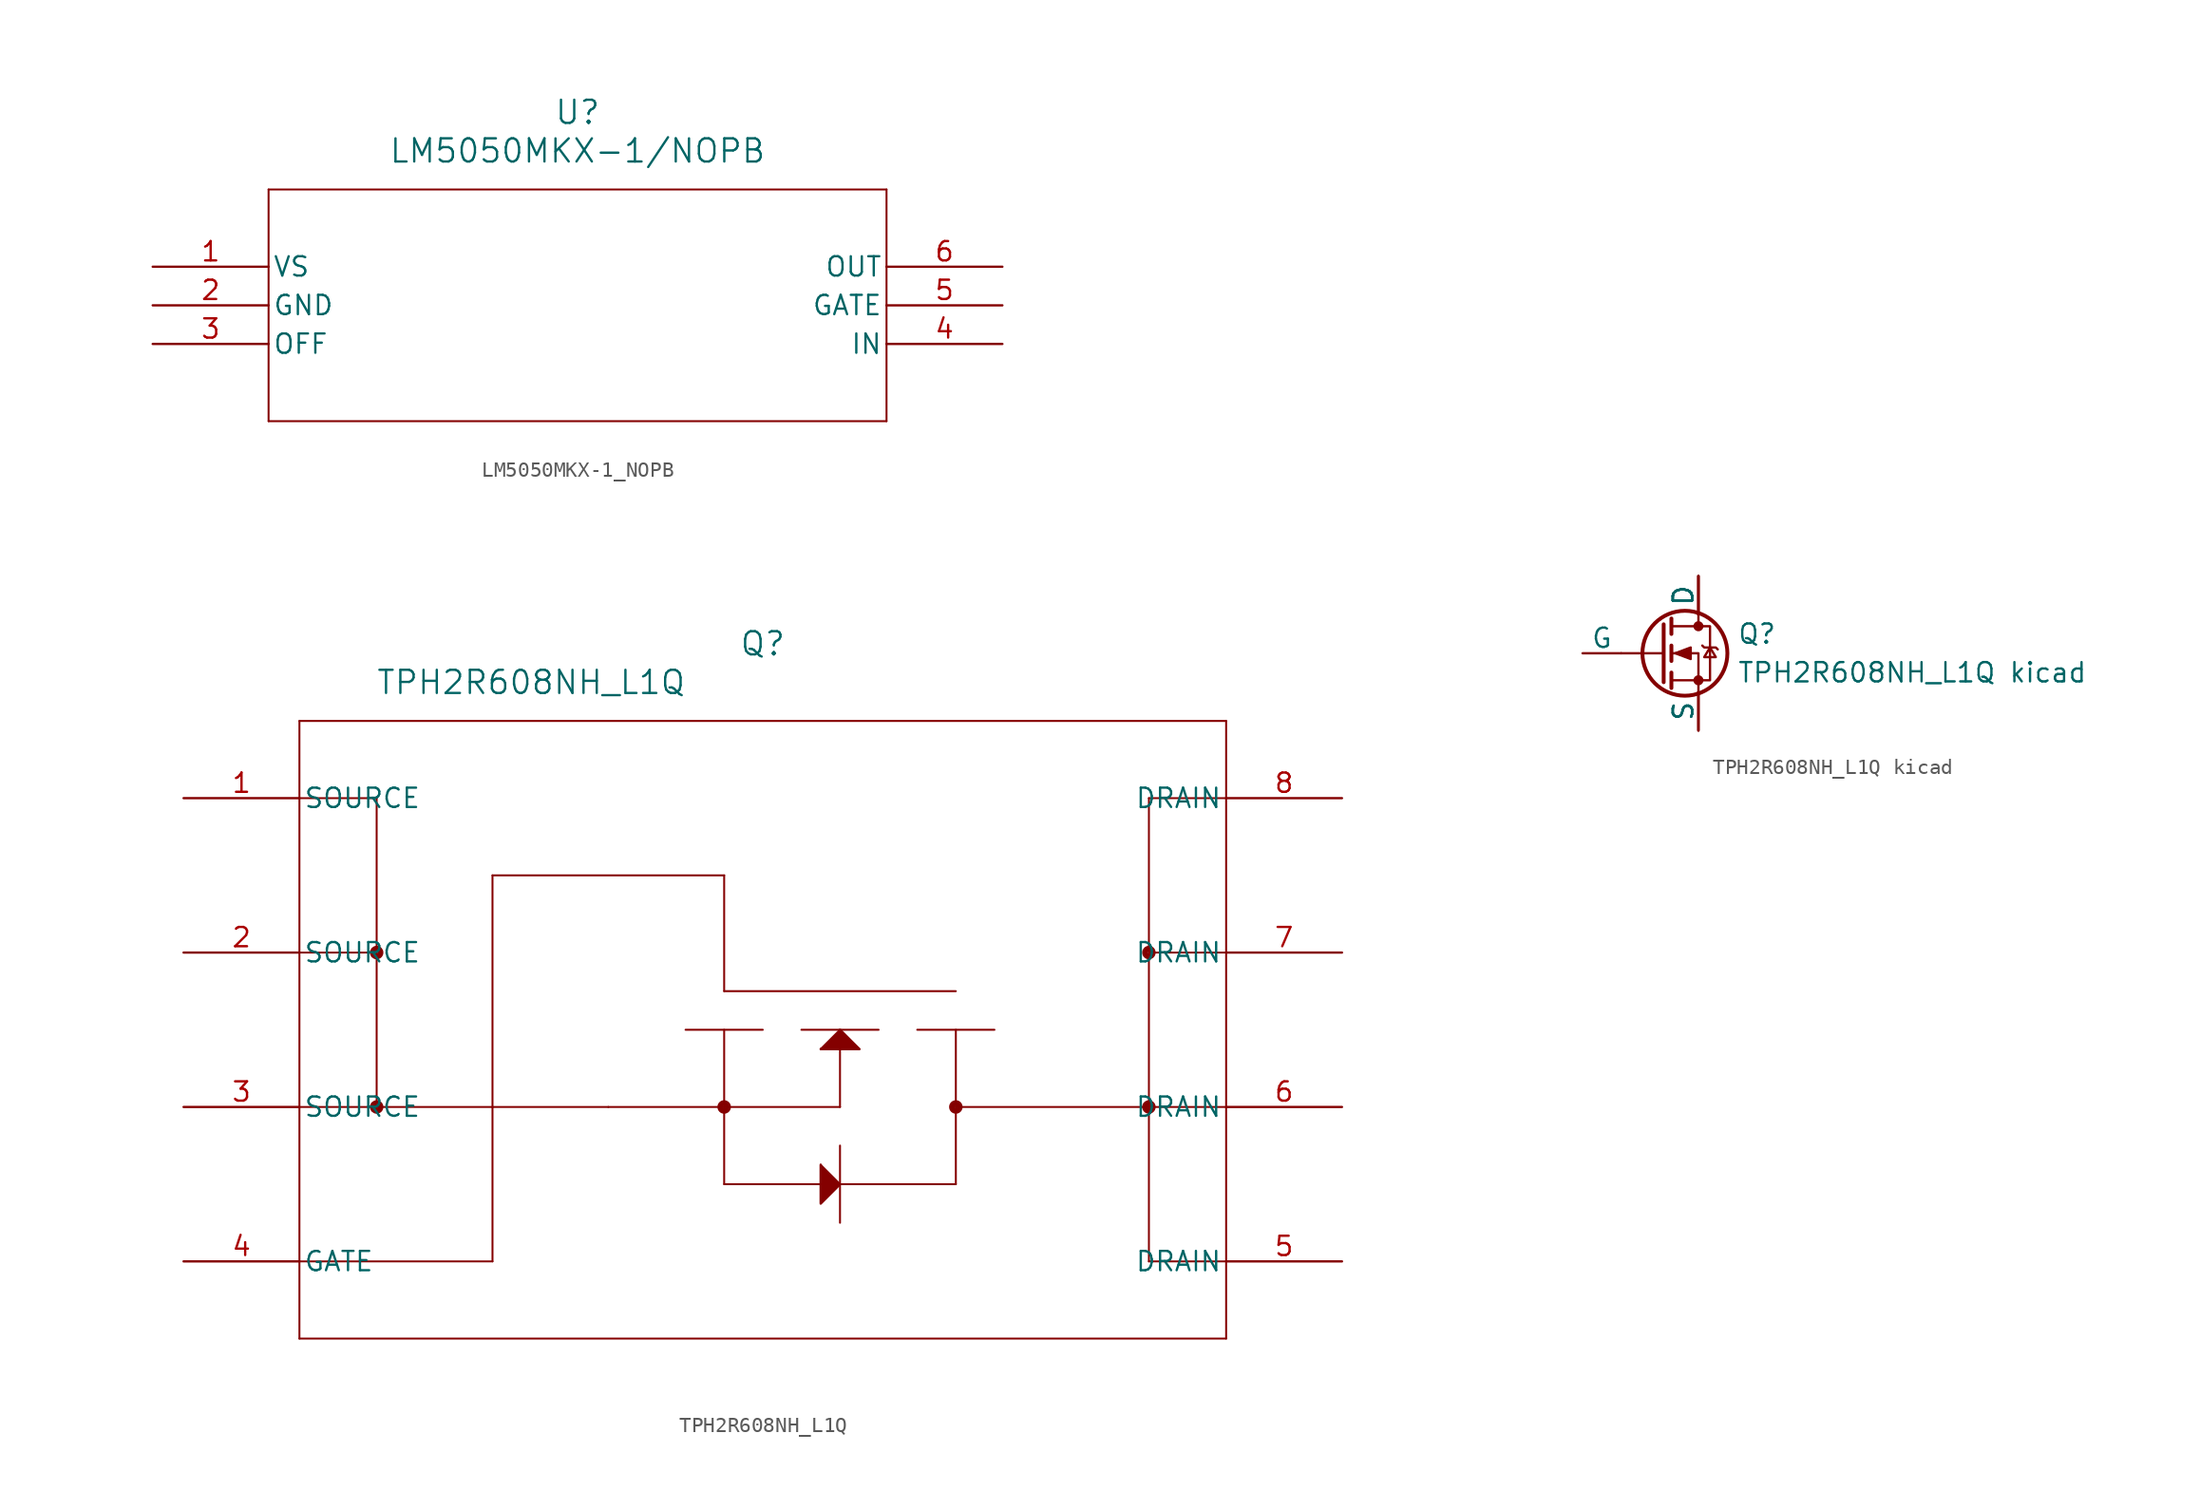
<source format=kicad_sym>
(kicad_symbol_lib
  (version 20241209)
  (generator "kicad_symbol_editor")
  (generator_version "9.0")
  (symbol "LM5050MKX-1_NOPB"
    (pin_names
      (offset 0.254))
    (property "Reference" "U"
      (at 27.94 10.16 0)
      (effects (font (size 1.524 1.524))))
    (property "Value" "LM5050MKX-1/NOPB"
      (at 27.94 7.62 0)
      (effects (font (size 1.524 1.524))))
    (property "ki_locked" ""
      (at 0 0 0)
      (effects (font (size 1.27 1.27))))
    (symbol "LM5050MKX-1_NOPB_0_1"
      (polyline (pts (xy 7.62 5.08) (xy 7.62 -10.16)) (stroke (width 0.127) (type default)) (fill (type none)))
      (polyline (pts (xy 7.62 -10.16) (xy 48.26 -10.16)) (stroke (width 0.127) (type default)) (fill (type none)))
      (polyline (pts (xy 48.26 5.08) (xy 7.62 5.08)) (stroke (width 0.127) (type default)) (fill (type none)))
      (polyline (pts (xy 48.26 -10.16) (xy 48.26 5.08)) (stroke (width 0.127) (type default)) (fill (type none)))
      (pin unspecified line (at 0 0 0) (length 7.62) (name "VS" (effects (font (size 1.27 1.27)))) (number "1" (effects (font (size 1.27 1.27)))))
      (pin power_in line (at 0 -2.54 0) (length 7.62) (name "GND" (effects (font (size 1.27 1.27)))) (number "2" (effects (font (size 1.27 1.27)))))
      (pin unspecified line (at 0 -5.08 0) (length 7.62) (name "OFF" (effects (font (size 1.27 1.27)))) (number "3" (effects (font (size 1.27 1.27)))))
      (pin output line (at 55.88 0 180) (length 7.62) (name "OUT" (effects (font (size 1.27 1.27)))) (number "6" (effects (font (size 1.27 1.27)))))
      (pin unspecified line (at 55.88 -2.54 180) (length 7.62) (name "GATE" (effects (font (size 1.27 1.27)))) (number "5" (effects (font (size 1.27 1.27)))))
      (pin input line (at 55.88 -5.08 180) (length 7.62) (name "IN" (effects (font (size 1.27 1.27)))) (number "4" (effects (font (size 1.27 1.27)))))))
  (symbol "TPH2R608NH_L1Q"
    (pin_names
      (offset 0.254))
    (property "Reference" "Q"
      (at 38.1 10.16 0)
      (effects (font (size 1.524 1.524))))
    (property "Value" "TPH2R608NH_L1Q"
      (at 22.86 7.62 0)
      (effects (font (size 1.524 1.524))))
    (property "ki_locked" ""
      (at 0 0 0)
      (effects (font (size 1.27 1.27))))
    (symbol "TPH2R608NH_L1Q_0_1"
      (polyline (pts (xy 7.62 5.08) (xy 7.62 -35.56)) (stroke (width 0.127) (type default)) (fill (type none)))
      (polyline (pts (xy 7.62 0) (xy 12.7 0)) (stroke (width 0.127) (type default)) (fill (type none)))
      (polyline (pts (xy 7.62 -10.16) (xy 12.7 -10.16)) (stroke (width 0.127) (type default)) (fill (type none)))
      (polyline (pts (xy 7.62 -35.56) (xy 68.58 -35.56)) (stroke (width 0.127) (type default)) (fill (type none)))
      (polyline (pts (xy 12.7 0) (xy 12.7 -20.32)) (stroke (width 0.127) (type default)) (fill (type none)))
      (circle (center 12.7 -10.16) (radius 0.254) (stroke (width 0.381) (type default)) (fill (type none)))
      (polyline (pts (xy 12.7 -20.32) (xy 7.62 -20.32)) (stroke (width 0.127) (type default)) (fill (type none)))
      (polyline (pts (xy 12.7 -20.32) (xy 20.32 -20.32)) (stroke (width 0.127) (type default)) (fill (type none)))
      (circle (center 12.7 -20.32) (radius 0.254) (stroke (width 0.381) (type default)) (fill (type none)))
      (polyline (pts (xy 20.32 -5.08) (xy 35.56 -5.08)) (stroke (width 0.127) (type default)) (fill (type none)))
      (polyline (pts (xy 20.32 -20.32) (xy 20.32 -5.08)) (stroke (width 0.127) (type default)) (fill (type none)))
      (polyline (pts (xy 20.32 -20.32) (xy 20.32 -30.48)) (stroke (width 0.127) (type default)) (fill (type none)))
      (polyline (pts (xy 20.32 -20.32) (xy 27.94 -20.32)) (stroke (width 0.127) (type default)) (fill (type none)))
      (polyline (pts (xy 20.32 -30.48) (xy 7.62 -30.48)) (stroke (width 0.127) (type default)) (fill (type none)))
      (polyline (pts (xy 27.94 -20.32) (xy 35.56 -20.32)) (stroke (width 0.127) (type default)) (fill (type none)))
      (polyline (pts (xy 33.02 -15.24) (xy 38.1 -15.24)) (stroke (width 0.127) (type default)) (fill (type none)))
      (polyline (pts (xy 35.56 -5.08) (xy 35.56 -12.7)) (stroke (width 0.127) (type default)) (fill (type none)))
      (polyline (pts (xy 35.56 -12.7) (xy 50.8 -12.7)) (stroke (width 0.127) (type default)) (fill (type none)))
      (polyline (pts (xy 35.56 -20.32) (xy 35.56 -15.24)) (stroke (width 0.127) (type default)) (fill (type none)))
      (polyline (pts (xy 35.56 -20.32) (xy 35.56 -25.4)) (stroke (width 0.127) (type default)) (fill (type none)))
      (polyline (pts (xy 35.56 -20.32) (xy 43.18 -20.32)) (stroke (width 0.127) (type default)) (fill (type none)))
      (circle (center 35.56 -20.32) (radius 0.254) (stroke (width 0.381) (type default)) (fill (type none)))
      (polyline (pts (xy 35.56 -25.4) (xy 43.18 -25.4)) (stroke (width 0.127) (type default)) (fill (type none)))
      (polyline (pts (xy 40.64 -15.24) (xy 45.72 -15.24)) (stroke (width 0.127) (type default)) (fill (type none)))
      (polyline (pts (xy 41.91 -16.51) (xy 44.45 -16.51)) (stroke (width 0.127) (type default)) (fill (type none)))
      (polyline (pts (xy 41.91 -24.13) (xy 41.91 -26.67)) (stroke (width 0.127) (type default)) (fill (type none)))
      (polyline (pts (xy 43.18 -15.24) (xy 41.91 -16.51)) (stroke (width 0.127) (type default)) (fill (type none)))
      (polyline (pts (xy 43.18 -15.24) (xy 43.18 -20.32)) (stroke (width 0.127) (type default)) (fill (type none)))
      (polyline (pts (xy 43.18 -15.24) (xy 44.45 -16.51)) (stroke (width 0.127) (type default)) (fill (type none)))
      (polyline (pts (xy 43.18 -15.24) (xy 44.45 -16.51) (xy 41.91 -16.51)) (stroke (width 0) (type default)) (fill (type outline)))
      (polyline (pts (xy 43.18 -22.86) (xy 43.18 -27.94)) (stroke (width 0.127) (type default)) (fill (type none)))
      (polyline (pts (xy 43.18 -25.4) (xy 41.91 -24.13)) (stroke (width 0.127) (type default)) (fill (type none)))
      (polyline (pts (xy 43.18 -25.4) (xy 41.91 -26.67)) (stroke (width 0.127) (type default)) (fill (type none)))
      (polyline (pts (xy 43.18 -25.4) (xy 50.8 -25.4)) (stroke (width 0.127) (type default)) (fill (type none)))
      (polyline (pts (xy 43.18 -25.4) (xy 41.91 -26.67) (xy 41.91 -24.13)) (stroke (width 0) (type default)) (fill (type outline)))
      (polyline (pts (xy 48.26 -15.24) (xy 53.34 -15.24)) (stroke (width 0.127) (type default)) (fill (type none)))
      (polyline (pts (xy 50.8 -15.24) (xy 50.8 -20.32)) (stroke (width 0.127) (type default)) (fill (type none)))
      (polyline (pts (xy 50.8 -20.32) (xy 68.58 -20.32)) (stroke (width 0.127) (type default)) (fill (type none)))
      (circle (center 50.8 -20.32) (radius 0.254) (stroke (width 0.381) (type default)) (fill (type none)))
      (polyline (pts (xy 50.8 -25.4) (xy 50.8 -20.32)) (stroke (width 0.127) (type default)) (fill (type none)))
      (polyline (pts (xy 63.5 0) (xy 63.5 -30.48)) (stroke (width 0.127) (type default)) (fill (type none)))
      (polyline (pts (xy 63.5 -10.16) (xy 68.58 -10.16)) (stroke (width 0.127) (type default)) (fill (type none)))
      (circle (center 63.5 -10.16) (radius 0.254) (stroke (width 0.381) (type default)) (fill (type none)))
      (circle (center 63.5 -20.32) (radius 0.254) (stroke (width 0.381) (type default)) (fill (type none)))
      (polyline (pts (xy 63.5 -30.48) (xy 68.58 -30.48)) (stroke (width 0.127) (type default)) (fill (type none)))
      (polyline (pts (xy 68.58 5.08) (xy 7.62 5.08)) (stroke (width 0.127) (type default)) (fill (type none)))
      (polyline (pts (xy 68.58 0) (xy 63.5 0)) (stroke (width 0.127) (type default)) (fill (type none)))
      (polyline (pts (xy 68.58 -35.56) (xy 68.58 5.08)) (stroke (width 0.127) (type default)) (fill (type none)))
      (pin unspecified line (at 0 0 0) (length 7.62) (name "SOURCE" (effects (font (size 1.27 1.27)))) (number "1" (effects (font (size 1.27 1.27)))))
      (pin unspecified line (at 0 -10.16 0) (length 7.62) (name "SOURCE" (effects (font (size 1.27 1.27)))) (number "2" (effects (font (size 1.27 1.27)))))
      (pin unspecified line (at 0 -20.32 0) (length 7.62) (name "SOURCE" (effects (font (size 1.27 1.27)))) (number "3" (effects (font (size 1.27 1.27)))))
      (pin unspecified line (at 0 -30.48 0) (length 7.62) (name "GATE" (effects (font (size 1.27 1.27)))) (number "4" (effects (font (size 1.27 1.27)))))
      (pin unspecified line (at 76.2 0 180) (length 7.62) (name "DRAIN" (effects (font (size 1.27 1.27)))) (number "8" (effects (font (size 1.27 1.27)))))
      (pin unspecified line (at 76.2 -10.16 180) (length 7.62) (name "DRAIN" (effects (font (size 1.27 1.27)))) (number "7" (effects (font (size 1.27 1.27)))))
      (pin unspecified line (at 76.2 -20.32 180) (length 7.62) (name "DRAIN" (effects (font (size 1.27 1.27)))) (number "6" (effects (font (size 1.27 1.27)))))
      (pin unspecified line (at 76.2 -30.48 180) (length 7.62) (name "DRAIN" (effects (font (size 1.27 1.27)))) (number "5" (effects (font (size 1.27 1.27)))))))
  (symbol "TPH2R608NH_L1Q kicad"
    (pin_numbers
      (hide yes))
    (pin_names
      (offset 0))
    (property "Reference" "Q"
      (at 5.08 1.27 0)
      (effects (font (size 1.27 1.27)) (justify left)))
    (property "Value" "TPH2R608NH_L1Q kicad"
      (at 5.08 -1.27 0)
      (effects (font (size 1.27 1.27)) (justify left)))
    (symbol "TPH2R608NH_L1Q kicad_0_1"
      (polyline (pts (xy 0.254 1.905) (xy 0.254 -1.905)) (stroke (width 0.254) (type default)) (fill (type none)))
      (polyline (pts (xy 0.254 0) (xy -2.54 0)) (stroke (width 0) (type default)) (fill (type none)))
      (polyline (pts (xy 0.762 2.286) (xy 0.762 1.27)) (stroke (width 0.254) (type default)) (fill (type none)))
      (polyline (pts (xy 0.762 0.508) (xy 0.762 -0.508)) (stroke (width 0.254) (type default)) (fill (type none)))
      (polyline (pts (xy 0.762 -1.27) (xy 0.762 -2.286)) (stroke (width 0.254) (type default)) (fill (type none)))
      (polyline (pts (xy 0.762 -1.778) (xy 3.302 -1.778) (xy 3.302 1.778) (xy 0.762 1.778)) (stroke (width 0) (type default)) (fill (type none)))
      (polyline (pts (xy 1.016 0) (xy 2.032 0.381) (xy 2.032 -0.381) (xy 1.016 0)) (stroke (width 0) (type default)) (fill (type outline)))
      (circle (center 1.651 0) (radius 2.794) (stroke (width 0.254) (type default)) (fill (type none)))
      (polyline (pts (xy 2.54 2.54) (xy 2.54 1.778)) (stroke (width 0) (type default)) (fill (type none)))
      (circle (center 2.54 1.778) (radius 0.254) (stroke (width 0) (type default)) (fill (type outline)))
      (circle (center 2.54 -1.778) (radius 0.254) (stroke (width 0) (type default)) (fill (type outline)))
      (polyline (pts (xy 2.54 -2.54) (xy 2.54 0) (xy 0.762 0)) (stroke (width 0) (type default)) (fill (type none)))
      (polyline (pts (xy 2.794 0.508) (xy 2.921 0.381) (xy 3.683 0.381) (xy 3.81 0.254)) (stroke (width 0) (type default)) (fill (type none)))
      (polyline (pts (xy 3.302 0.381) (xy 2.921 -0.254) (xy 3.683 -0.254) (xy 3.302 0.381)) (stroke (width 0) (type default)) (fill (type none))))
    (symbol "TPH2R608NH_L1Q kicad_1_1"
      (pin input line (at -5.08 0 0) (length 2.54) (name "G" (effects (font (size 1.27 1.27)))) (number "4" (effects (font (size 1.27 1.27)))))
      (pin passive line (at 2.54 5.08 270) (length 2.54) (name "D" (effects (font (size 1.27 1.27)))) (number "5" (effects (font (size 1.27 1.27)))))
      (pin passive line (at 2.54 5.08 270) (length 2.54) (name "D" (effects (font (size 1.27 1.27)))) (number "6" (effects (font (size 1.27 1.27)))))
      (pin passive line (at 2.54 5.08 270) (length 2.54) (name "D" (effects (font (size 1.27 1.27)))) (number "7" (effects (font (size 1.27 1.27)))))
      (pin passive line (at 2.54 5.08 270) (length 2.54) (name "D" (effects (font (size 1.27 1.27)))) (number "8" (effects (font (size 1.27 1.27)))))
      (pin passive line (at 2.54 -5.08 90) (length 2.54) (name "S" (effects (font (size 1.27 1.27)))) (number "1" (effects (font (size 1.27 1.27)))))
      (pin passive line (at 2.54 -5.08 90) (length 2.54) (name "S" (effects (font (size 1.27 1.27)))) (number "2" (effects (font (size 1.27 1.27)))))
      (pin passive line (at 2.54 -5.08 90) (length 2.54) (name "S" (effects (font (size 1.27 1.27)))) (number "3" (effects (font (size 1.27 1.27))))))))
</source>
